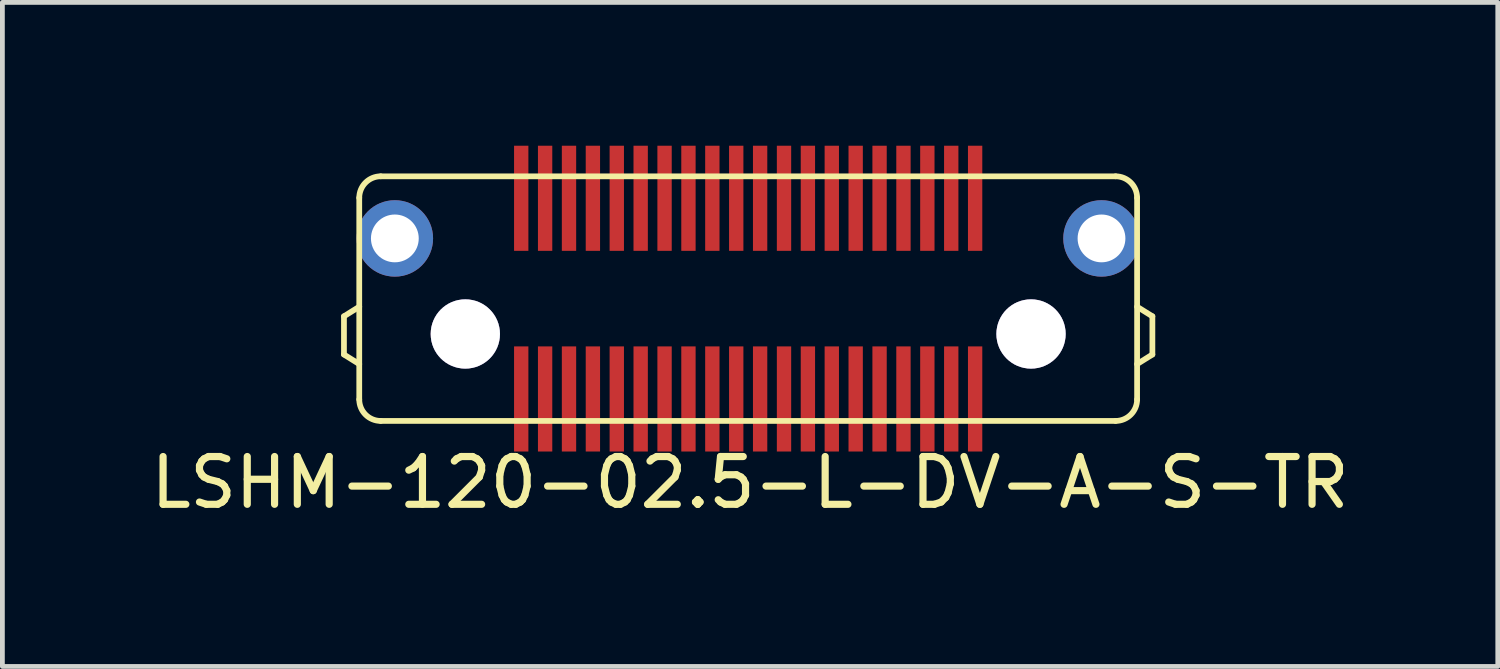
<source format=kicad_pcb>
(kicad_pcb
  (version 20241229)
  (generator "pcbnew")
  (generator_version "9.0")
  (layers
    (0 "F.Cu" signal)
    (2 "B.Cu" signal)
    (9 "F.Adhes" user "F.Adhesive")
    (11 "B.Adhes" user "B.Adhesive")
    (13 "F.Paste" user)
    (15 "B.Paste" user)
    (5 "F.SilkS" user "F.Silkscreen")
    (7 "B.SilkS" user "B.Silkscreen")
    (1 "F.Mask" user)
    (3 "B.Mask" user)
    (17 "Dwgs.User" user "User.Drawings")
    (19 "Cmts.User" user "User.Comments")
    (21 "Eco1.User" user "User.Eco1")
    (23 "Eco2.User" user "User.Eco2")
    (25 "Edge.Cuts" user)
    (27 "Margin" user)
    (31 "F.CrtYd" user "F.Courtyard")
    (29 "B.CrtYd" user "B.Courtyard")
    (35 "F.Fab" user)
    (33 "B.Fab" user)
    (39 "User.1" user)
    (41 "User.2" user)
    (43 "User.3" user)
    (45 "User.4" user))
  (footprint "LSHM-120-02.5-L-DV-A-S-TR"
    (layer "F.Cu")
    (at 12.609 3.2)
    (property "Reference" "LSHM-120-02.5-L-DV-A-S-TR" (at 0.04 3.85 0) (layer "F.SilkS") (effects (font (size 1 1) (thickness 0.15))))
    (attr through_hole)
    (fp_line (start -8.46 0.37) (end -8.46 1.17) (stroke (width 0.12) (type solid)) (layer "F.SilkS"))
    (fp_line (start -8.46 0.37) (end -8.14 0.17) (stroke (width 0.12) (type solid)) (layer "F.SilkS"))
    (fp_line (start -8.46 1.17) (end -8.14 1.37) (stroke (width 0.12) (type solid)) (layer "F.SilkS"))
    (fp_line (start -8.14 -2.11) (end -8.14 2.11) (stroke (width 0.12) (type solid)) (layer "F.SilkS"))
    (fp_line (start -7.69 -2.56) (end 7.69 -2.56) (stroke (width 0.12) (type solid)) (layer "F.SilkS"))
    (fp_line (start -7.69 2.56) (end 7.69 2.56) (stroke (width 0.12) (type solid)) (layer "F.SilkS"))
    (fp_line (start 8.14 2.11) (end 8.14 -2.11) (stroke (width 0.12) (type solid)) (layer "F.SilkS"))
    (fp_line (start 8.46 0.37) (end 8.14 0.17) (stroke (width 0.12) (type solid)) (layer "F.SilkS"))
    (fp_line (start 8.46 0.37) (end 8.46 1.17) (stroke (width 0.12) (type solid)) (layer "F.SilkS"))
    (fp_line (start 8.46 1.17) (end 8.14 1.37) (stroke (width 0.12) (type solid)) (layer "F.SilkS"))
    (fp_arc (start -8.14 -2.11) (mid -8.008198 -2.428198) (end -7.69 -2.56) (stroke (width 0.12) (type solid)) (layer "F.SilkS"))
    (fp_arc (start -7.69 2.56) (mid -8.008198 2.428198) (end -8.14 2.11) (stroke (width 0.12) (type solid)) (layer "F.SilkS"))
    (fp_arc (start 7.69 -2.56) (mid 8.008198 -2.428198) (end 8.14 -2.11) (stroke (width 0.12) (type solid)) (layer "F.SilkS"))
    (fp_arc (start 8.14 2.11) (mid 8.008198 2.428198) (end 7.69 2.56) (stroke (width 0.12) (type solid)) (layer "F.SilkS"))
    (pad "0" thru_hole circle (at -7.395 -1.26) (size 1.6 1.6) (drill 1) (layers "*.Cu" "*.Mask"))
    (pad "0" thru_hole circle (at -5.92 0.74) (size 1.45 1.45) (drill 1.45) (layers "*.Cu" "*.Mask"))
    (pad "0" thru_hole circle (at 5.92 0.74) (size 1.45 1.45) (drill 1.45) (layers "*.Cu" "*.Mask"))
    (pad "0" thru_hole circle (at 7.395 -1.26) (size 1.6 1.6) (drill 1) (layers "*.Cu" "*.Mask"))
    (pad "1" smd rect (at 4.75 2.1) (size 0.3 2.2) (layers "F.Cu" "F.Mask" "F.Paste"))
    (pad "2" smd rect (at 4.75 -2.1) (size 0.3 2.2) (layers "F.Cu" "F.Mask" "F.Paste"))
    (pad "3" smd rect (at 4.25 2.1) (size 0.3 2.2) (layers "F.Cu" "F.Mask" "F.Paste"))
    (pad "4" smd rect (at 4.25 -2.1) (size 0.3 2.2) (layers "F.Cu" "F.Mask" "F.Paste"))
    (pad "5" smd rect (at 3.75 2.1) (size 0.3 2.2) (layers "F.Cu" "F.Mask" "F.Paste"))
    (pad "6" smd rect (at 3.75 -2.1) (size 0.3 2.2) (layers "F.Cu" "F.Mask" "F.Paste"))
    (pad "7" smd rect (at 3.25 2.1) (size 0.3 2.2) (layers "F.Cu" "F.Mask" "F.Paste"))
    (pad "8" smd rect (at 3.25 -2.1) (size 0.3 2.2) (layers "F.Cu" "F.Mask" "F.Paste"))
    (pad "9" smd rect (at 2.75 2.1) (size 0.3 2.2) (layers "F.Cu" "F.Mask" "F.Paste"))
    (pad "10" smd rect (at 2.75 -2.1) (size 0.3 2.2) (layers "F.Cu" "F.Mask" "F.Paste"))
    (pad "11" smd rect (at 2.25 2.1) (size 0.3 2.2) (layers "F.Cu" "F.Mask" "F.Paste"))
    (pad "12" smd rect (at 2.25 -2.1) (size 0.3 2.2) (layers "F.Cu" "F.Mask" "F.Paste"))
    (pad "13" smd rect (at 1.75 2.1) (size 0.3 2.2) (layers "F.Cu" "F.Mask" "F.Paste"))
    (pad "14" smd rect (at 1.75 -2.1) (size 0.3 2.2) (layers "F.Cu" "F.Mask" "F.Paste"))
    (pad "15" smd rect (at 1.25 2.1) (size 0.3 2.2) (layers "F.Cu" "F.Mask" "F.Paste"))
    (pad "16" smd rect (at 1.25 -2.1) (size 0.3 2.2) (layers "F.Cu" "F.Mask" "F.Paste"))
    (pad "17" smd rect (at 0.75 2.1) (size 0.3 2.2) (layers "F.Cu" "F.Mask" "F.Paste"))
    (pad "18" smd rect (at 0.75 -2.1) (size 0.3 2.2) (layers "F.Cu" "F.Mask" "F.Paste"))
    (pad "19" smd rect (at 0.25 2.1) (size 0.3 2.2) (layers "F.Cu" "F.Mask" "F.Paste"))
    (pad "20" smd rect (at 0.25 -2.1) (size 0.3 2.2) (layers "F.Cu" "F.Mask" "F.Paste"))
    (pad "21" smd rect (at -0.25 2.1) (size 0.3 2.2) (layers "F.Cu" "F.Mask" "F.Paste"))
    (pad "22" smd rect (at -0.25 -2.1) (size 0.3 2.2) (layers "F.Cu" "F.Mask" "F.Paste"))
    (pad "23" smd rect (at -0.75 2.1) (size 0.3 2.2) (layers "F.Cu" "F.Mask" "F.Paste"))
    (pad "24" smd rect (at -0.75 -2.1) (size 0.3 2.2) (layers "F.Cu" "F.Mask" "F.Paste"))
    (pad "25" smd rect (at -1.25 2.1) (size 0.3 2.2) (layers "F.Cu" "F.Mask" "F.Paste"))
    (pad "26" smd rect (at -1.25 -2.1) (size 0.3 2.2) (layers "F.Cu" "F.Mask" "F.Paste"))
    (pad "27" smd rect (at -1.75 2.1) (size 0.3 2.2) (layers "F.Cu" "F.Mask" "F.Paste"))
    (pad "28" smd rect (at -1.75 -2.1) (size 0.3 2.2) (layers "F.Cu" "F.Mask" "F.Paste"))
    (pad "29" smd rect (at -2.25 2.1) (size 0.3 2.2) (layers "F.Cu" "F.Mask" "F.Paste"))
    (pad "30" smd rect (at -2.25 -2.1) (size 0.3 2.2) (layers "F.Cu" "F.Mask" "F.Paste"))
    (pad "31" smd rect (at -2.75 2.1) (size 0.3 2.2) (layers "F.Cu" "F.Mask" "F.Paste"))
    (pad "32" smd rect (at -2.75 -2.1) (size 0.3 2.2) (layers "F.Cu" "F.Mask" "F.Paste"))
    (pad "33" smd rect (at -3.25 2.1) (size 0.3 2.2) (layers "F.Cu" "F.Mask" "F.Paste"))
    (pad "34" smd rect (at -3.25 -2.1) (size 0.3 2.2) (layers "F.Cu" "F.Mask" "F.Paste"))
    (pad "35" smd rect (at -3.75 2.1) (size 0.3 2.2) (layers "F.Cu" "F.Mask" "F.Paste"))
    (pad "36" smd rect (at -3.75 -2.1) (size 0.3 2.2) (layers "F.Cu" "F.Mask" "F.Paste"))
    (pad "37" smd rect (at -4.25 2.1) (size 0.3 2.2) (layers "F.Cu" "F.Mask" "F.Paste"))
    (pad "38" smd rect (at -4.25 -2.1) (size 0.3 2.2) (layers "F.Cu" "F.Mask" "F.Paste"))
    (pad "39" smd rect (at -4.75 2.1) (size 0.3 2.2) (layers "F.Cu" "F.Mask" "F.Paste"))
    (pad "40" smd rect (at -4.75 -2.1) (size 0.3 2.2) (layers "F.Cu" "F.Mask" "F.Paste")))
  (gr_rect
    (start -3 -3)
    (end 28.298 10.898)
    (stroke (width 0.1) (type default))
    (fill no)
    (layer "Edge.Cuts")))
</source>
